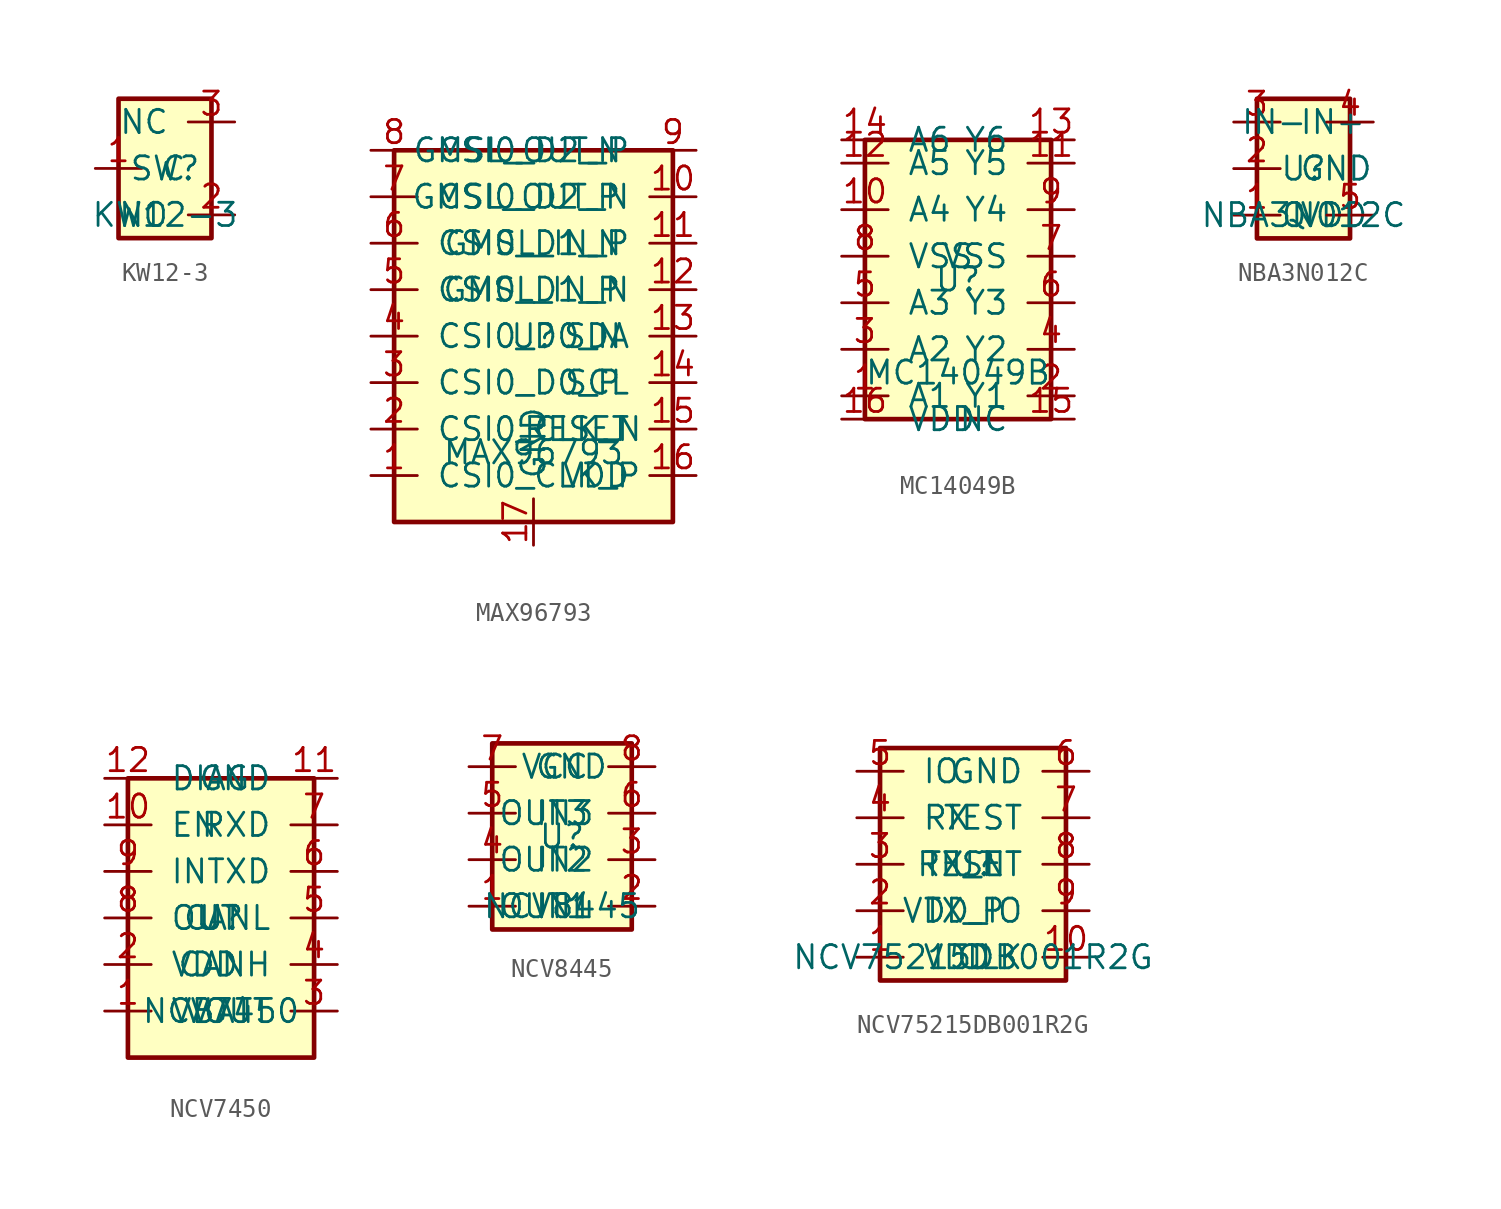
<source format=kicad_sym>
(kicad_symbol_lib
  (version 20220914)
  (generator kicad_symbol_editor)
  (symbol "KW12-3"
    (pin_names
      (offset 1.016))
    (property "Reference" "SW"
      (at 0 0 0)
      (effects (font (size 1.27 1.27) (thickness 0.15))))
    (property "Value" "KW12-3"
      (at 0 -2.54 0)
      (effects (font (size 1.27 1.27) (thickness 0.15))))
    (symbol "KW12-3_0_1"
      (rectangle (start -2.54 -3.81) (end 2.54 3.81) (stroke (width 0.254) (type default)) (fill (type background)))
      (pin passive line (at -3.81 0 0) (length 2.54) (name "C" (effects (font (size 1.27 1.27)))) (number "1" (effects (font (size 1.27 1.27)))))
      (pin passive line (at 3.81 -2.54 180) (length 2.54) (name "NO" (effects (font (size 1.27 1.27)))) (number "2" (effects (font (size 1.27 1.27)))))
      (pin passive line (at 3.81 2.54 180) (length 2.54) (name "NC" (effects (font (size 1.27 1.27)))) (number "3" (effects (font (size 1.27 1.27)))))))
  (symbol "MAX96793"
    (pin_names
      (offset 1.016))
    (property "Reference" "U"
      (at 0 0 0)
      (effects (font (size 1.27 1.27) (thickness 0.15))))
    (property "Value" "MAX96793"
      (at 0 -6.35 0)
      (effects (font (size 1.27 1.27) (thickness 0.15))))
    (symbol "MAX96793_0_1"
      (rectangle (start -7.62 -10.16) (end 7.62 10.16) (stroke (width 0.254) (type default)) (fill (type background)))
      (pin input line (at -8.89 -7.62 0) (length 2.54) (name "CSI0_CLK_P" (effects (font (size 1.27 1.27)))) (number "1" (effects (font (size 1.27 1.27)))))
      (pin input line (at -8.89 -5.08 0) (length 2.54) (name "CSI0_CLK_N" (effects (font (size 1.27 1.27)))) (number "2" (effects (font (size 1.27 1.27)))))
      (pin input line (at -8.89 -2.54 0) (length 2.54) (name "CSI0_D0_P" (effects (font (size 1.27 1.27)))) (number "3" (effects (font (size 1.27 1.27)))))
      (pin input line (at -8.89 0 0) (length 2.54) (name "CSI0_D0_N" (effects (font (size 1.27 1.27)))) (number "4" (effects (font (size 1.27 1.27)))))
      (pin input line (at -8.89 2.54 0) (length 2.54) (name "CSI0_D1_P" (effects (font (size 1.27 1.27)))) (number "5" (effects (font (size 1.27 1.27)))))
      (pin input line (at -8.89 5.08 0) (length 2.54) (name "CSI0_D1_N" (effects (font (size 1.27 1.27)))) (number "6" (effects (font (size 1.27 1.27)))))
      (pin input line (at -8.89 7.62 0) (length 2.54) (name "CSI0_D2_P" (effects (font (size 1.27 1.27)))) (number "7" (effects (font (size 1.27 1.27)))))
      (pin input line (at -8.89 10.16 0) (length 2.54) (name "CSI0_D2_N" (effects (font (size 1.27 1.27)))) (number "8" (effects (font (size 1.27 1.27)))))
      (pin output line (at 8.89 10.16 180) (length 2.54) (name "GMSL_OUT_P" (effects (font (size 1.27 1.27)))) (number "9" (effects (font (size 1.27 1.27)))))
      (pin output line (at 8.89 7.62 180) (length 2.54) (name "GMSL_OUT_N" (effects (font (size 1.27 1.27)))) (number "10" (effects (font (size 1.27 1.27)))))
      (pin input line (at 8.89 5.08 180) (length 2.54) (name "GMSL_IN_P" (effects (font (size 1.27 1.27)))) (number "11" (effects (font (size 1.27 1.27)))))
      (pin input line (at 8.89 2.54 180) (length 2.54) (name "GMSL_IN_N" (effects (font (size 1.27 1.27)))) (number "12" (effects (font (size 1.27 1.27)))))
      (pin bidirectional line (at 8.89 0 180) (length 2.54) (name "SDA" (effects (font (size 1.27 1.27)))) (number "13" (effects (font (size 1.27 1.27)))))
      (pin input line (at 8.89 -2.54 180) (length 2.54) (name "SCL" (effects (font (size 1.27 1.27)))) (number "14" (effects (font (size 1.27 1.27)))))
      (pin input line (at 8.89 -5.08 180) (length 2.54) (name "RESET" (effects (font (size 1.27 1.27)))) (number "15" (effects (font (size 1.27 1.27)))))
      (pin power_in line (at 8.89 -7.62 180) (length 2.54) (name "VDD" (effects (font (size 1.27 1.27)))) (number "16" (effects (font (size 1.27 1.27)))))
      (pin power_in line (at 0 -11.43 90) (length 2.54) (name "GND" (effects (font (size 1.27 1.27)))) (number "17" (effects (font (size 1.27 1.27)))))))
  (symbol "MC14049B"
    (pin_names
      (offset 1.016))
    (property "Reference" "U"
      (at 0 0 0)
      (effects (font (size 1.27 1.27) (thickness 0.15))))
    (property "Value" "MC14049B"
      (at 0 -5.08 0)
      (effects (font (size 1.27 1.27) (thickness 0.15))))
    (symbol "MC14049B_0_1"
      (rectangle (start -5.08 -7.62) (end 5.08 7.62) (stroke (width 0.254) (type default)) (fill (type background)))
      (pin input line (at -6.35 -6.35 0) (length 2.54) (name "A1" (effects (font (size 1.27 1.27)))) (number "1" (effects (font (size 1.27 1.27)))))
      (pin output line (at 6.35 -6.35 180) (length 2.54) (name "Y1" (effects (font (size 1.27 1.27)))) (number "2" (effects (font (size 1.27 1.27)))))
      (pin input line (at -6.35 -3.81 0) (length 2.54) (name "A2" (effects (font (size 1.27 1.27)))) (number "3" (effects (font (size 1.27 1.27)))))
      (pin output line (at 6.35 -3.81 180) (length 2.54) (name "Y2" (effects (font (size 1.27 1.27)))) (number "4" (effects (font (size 1.27 1.27)))))
      (pin input line (at -6.35 -1.27 0) (length 2.54) (name "A3" (effects (font (size 1.27 1.27)))) (number "5" (effects (font (size 1.27 1.27)))))
      (pin output line (at 6.35 -1.27 180) (length 2.54) (name "Y3" (effects (font (size 1.27 1.27)))) (number "6" (effects (font (size 1.27 1.27)))))
      (pin power_in line (at 6.35 1.27 180) (length 2.54) (name "VSS" (effects (font (size 1.27 1.27)))) (number "7" (effects (font (size 1.27 1.27)))))
      (pin power_in line (at -6.35 1.27 0) (length 2.54) (name "VSS" (effects (font (size 1.27 1.27)))) (number "8" (effects (font (size 1.27 1.27)))))
      (pin output line (at 6.35 3.81 180) (length 2.54) (name "Y4" (effects (font (size 1.27 1.27)))) (number "9" (effects (font (size 1.27 1.27)))))
      (pin input line (at -6.35 3.81 0) (length 2.54) (name "A4" (effects (font (size 1.27 1.27)))) (number "10" (effects (font (size 1.27 1.27)))))
      (pin output line (at 6.35 6.35 180) (length 2.54) (name "Y5" (effects (font (size 1.27 1.27)))) (number "11" (effects (font (size 1.27 1.27)))))
      (pin input line (at -6.35 6.35 0) (length 2.54) (name "A5" (effects (font (size 1.27 1.27)))) (number "12" (effects (font (size 1.27 1.27)))))
      (pin output line (at 6.35 7.62 180) (length 2.54) (name "Y6" (effects (font (size 1.27 1.27)))) (number "13" (effects (font (size 1.27 1.27)))))
      (pin input line (at -6.35 7.62 0) (length 2.54) (name "A6" (effects (font (size 1.27 1.27)))) (number "14" (effects (font (size 1.27 1.27)))))
      (pin power_in line (at 6.35 -7.62 180) (length 2.54) (name "NC" (effects (font (size 1.27 1.27)))) (number "15" (effects (font (size 1.27 1.27)))))
      (pin power_in line (at -6.35 -7.62 0) (length 2.54) (name "VDD" (effects (font (size 1.27 1.27)))) (number "16" (effects (font (size 1.27 1.27)))))))
  (symbol "NBA3N012C"
    (pin_names
      (offset 1.016))
    (property "Reference" "U"
      (at 0 0 0)
      (effects (font (size 1.27 1.27) (thickness 0.15))))
    (property "Value" "NBA3N012C"
      (at 0 -2.54 0)
      (effects (font (size 1.27 1.27) (thickness 0.15))))
    (symbol "NBA3N012C_0_1"
      (rectangle (start -2.54 -3.81) (end 2.54 3.81) (stroke (width 0.254) (type default)) (fill (type background)))
      (pin power_in line (at -3.81 -2.54 0) (length 2.54) (name "VDD" (effects (font (size 1.27 1.27)))) (number "1" (effects (font (size 1.27 1.27)))))
      (pin power_in line (at -3.81 0 0) (length 2.54) (name "GND" (effects (font (size 1.27 1.27)))) (number "2" (effects (font (size 1.27 1.27)))))
      (pin input line (at -3.81 2.54 0) (length 2.54) (name "IN+" (effects (font (size 1.27 1.27)))) (number "3" (effects (font (size 1.27 1.27)))))
      (pin input line (at 3.81 2.54 180) (length 2.54) (name "IN-" (effects (font (size 1.27 1.27)))) (number "4" (effects (font (size 1.27 1.27)))))
      (pin output line (at 3.81 -2.54 180) (length 2.54) (name "Q" (effects (font (size 1.27 1.27)))) (number "5" (effects (font (size 1.27 1.27)))))))
  (symbol "NCV7450"
    (pin_names
      (offset 1.016))
    (property "Reference" "U"
      (at 0 0 0)
      (effects (font (size 1.27 1.27) (thickness 0.15))))
    (property "Value" "NCV7450"
      (at 0 -5.08 0)
      (effects (font (size 1.27 1.27) (thickness 0.15))))
    (symbol "NCV7450_0_1"
      (rectangle (start -5.08 -7.62) (end 5.08 7.62) (stroke (width 0.254) (type default)) (fill (type background)))
      (pin power_in line (at -6.35 -5.08 0) (length 2.54) (name "VBAT" (effects (font (size 1.27 1.27)))) (number "1" (effects (font (size 1.27 1.27)))))
      (pin power_in line (at -6.35 -2.54 0) (length 2.54) (name "VDD" (effects (font (size 1.27 1.27)))) (number "2" (effects (font (size 1.27 1.27)))))
      (pin output line (at 6.35 -5.08 180) (length 2.54) (name "VOUT" (effects (font (size 1.27 1.27)))) (number "3" (effects (font (size 1.27 1.27)))))
      (pin input line (at 6.35 -2.54 180) (length 2.54) (name "CANH" (effects (font (size 1.27 1.27)))) (number "4" (effects (font (size 1.27 1.27)))))
      (pin input line (at 6.35 0 180) (length 2.54) (name "CANL" (effects (font (size 1.27 1.27)))) (number "5" (effects (font (size 1.27 1.27)))))
      (pin input line (at 6.35 2.54 180) (length 2.54) (name "TXD" (effects (font (size 1.27 1.27)))) (number "6" (effects (font (size 1.27 1.27)))))
      (pin output line (at 6.35 5.08 180) (length 2.54) (name "RXD" (effects (font (size 1.27 1.27)))) (number "7" (effects (font (size 1.27 1.27)))))
      (pin output line (at -6.35 0 0) (length 2.54) (name "OUT" (effects (font (size 1.27 1.27)))) (number "8" (effects (font (size 1.27 1.27)))))
      (pin input line (at -6.35 2.54 0) (length 2.54) (name "IN" (effects (font (size 1.27 1.27)))) (number "9" (effects (font (size 1.27 1.27)))))
      (pin input line (at -6.35 5.08 0) (length 2.54) (name "EN" (effects (font (size 1.27 1.27)))) (number "10" (effects (font (size 1.27 1.27)))))
      (pin power_in line (at 6.35 7.62 180) (length 2.54) (name "GND" (effects (font (size 1.27 1.27)))) (number "11" (effects (font (size 1.27 1.27)))))
      (pin input line (at -6.35 7.62 0) (length 2.54) (name "DIAG" (effects (font (size 1.27 1.27)))) (number "12" (effects (font (size 1.27 1.27)))))))
  (symbol "NCV8445"
    (pin_names
      (offset 1.016))
    (property "Reference" "U"
      (at 0 0 0)
      (effects (font (size 1.27 1.27) (thickness 0.15))))
    (property "Value" "NCV8445"
      (at 0 -3.81 0)
      (effects (font (size 1.27 1.27) (thickness 0.15))))
    (symbol "NCV8445_0_1"
      (rectangle (start -3.81 -5.08) (end 3.81 5.08) (stroke (width 0.254) (type default)) (fill (type background)))
      (pin input line (at -5.08 -3.81 0) (length 2.54) (name "IN1" (effects (font (size 1.27 1.27)))) (number "1" (effects (font (size 1.27 1.27)))))
      (pin output line (at 5.08 -3.81 180) (length 2.54) (name "OUT1" (effects (font (size 1.27 1.27)))) (number "2" (effects (font (size 1.27 1.27)))))
      (pin output line (at 5.08 -1.27 180) (length 2.54) (name "OUT2" (effects (font (size 1.27 1.27)))) (number "3" (effects (font (size 1.27 1.27)))))
      (pin input line (at -5.08 -1.27 0) (length 2.54) (name "IN2" (effects (font (size 1.27 1.27)))) (number "4" (effects (font (size 1.27 1.27)))))
      (pin input line (at -5.08 1.27 0) (length 2.54) (name "IN3" (effects (font (size 1.27 1.27)))) (number "5" (effects (font (size 1.27 1.27)))))
      (pin output line (at 5.08 1.27 180) (length 2.54) (name "OUT3" (effects (font (size 1.27 1.27)))) (number "6" (effects (font (size 1.27 1.27)))))
      (pin power_in line (at -5.08 3.81 0) (length 2.54) (name "GND" (effects (font (size 1.27 1.27)))) (number "7" (effects (font (size 1.27 1.27)))))
      (pin power_in line (at 5.08 3.81 180) (length 2.54) (name "VCC" (effects (font (size 1.27 1.27)))) (number "8" (effects (font (size 1.27 1.27)))))))
  (symbol "NCV75215DB001R2G"
    (pin_names
      (offset 1.016))
    (property "Reference" "U"
      (at 0 0 0)
      (effects (font (size 1.27 1.27) (thickness 0.15))))
    (property "Value" "NCV75215DB001R2G"
      (at 0 -5.08 0)
      (effects (font (size 1.27 1.27) (thickness 0.15))))
    (symbol "NCV75215DB001R2G_0_1"
      (rectangle (start -5.08 -6.35) (end 5.08 6.35) (stroke (width 0.254) (type default)) (fill (type background)))
      (pin power_in line (at -6.35 -5.08 0) (length 2.54) (name "VDD" (effects (font (size 1.27 1.27)))) (number "1" (effects (font (size 1.27 1.27)))))
      (pin input line (at -6.35 -2.54 0) (length 2.54) (name "TX_P" (effects (font (size 1.27 1.27)))) (number "2" (effects (font (size 1.27 1.27)))))
      (pin input line (at -6.35 0 0) (length 2.54) (name "TX_N" (effects (font (size 1.27 1.27)))) (number "3" (effects (font (size 1.27 1.27)))))
      (pin output line (at -6.35 2.54 0) (length 2.54) (name "RX" (effects (font (size 1.27 1.27)))) (number "4" (effects (font (size 1.27 1.27)))))
      (pin input line (at -6.35 5.08 0) (length 2.54) (name "IO" (effects (font (size 1.27 1.27)))) (number "5" (effects (font (size 1.27 1.27)))))
      (pin power_in line (at 6.35 5.08 180) (length 2.54) (name "GND" (effects (font (size 1.27 1.27)))) (number "6" (effects (font (size 1.27 1.27)))))
      (pin input line (at 6.35 2.54 180) (length 2.54) (name "TEST" (effects (font (size 1.27 1.27)))) (number "7" (effects (font (size 1.27 1.27)))))
      (pin input line (at 6.35 0 180) (length 2.54) (name "RESET" (effects (font (size 1.27 1.27)))) (number "8" (effects (font (size 1.27 1.27)))))
      (pin power_in line (at 6.35 -2.54 180) (length 2.54) (name "VDD_IO" (effects (font (size 1.27 1.27)))) (number "9" (effects (font (size 1.27 1.27)))))
      (pin input line (at 6.35 -5.08 180) (length 2.54) (name "CLK" (effects (font (size 1.27 1.27)))) (number "10" (effects (font (size 1.27 1.27))))))))
</source>
